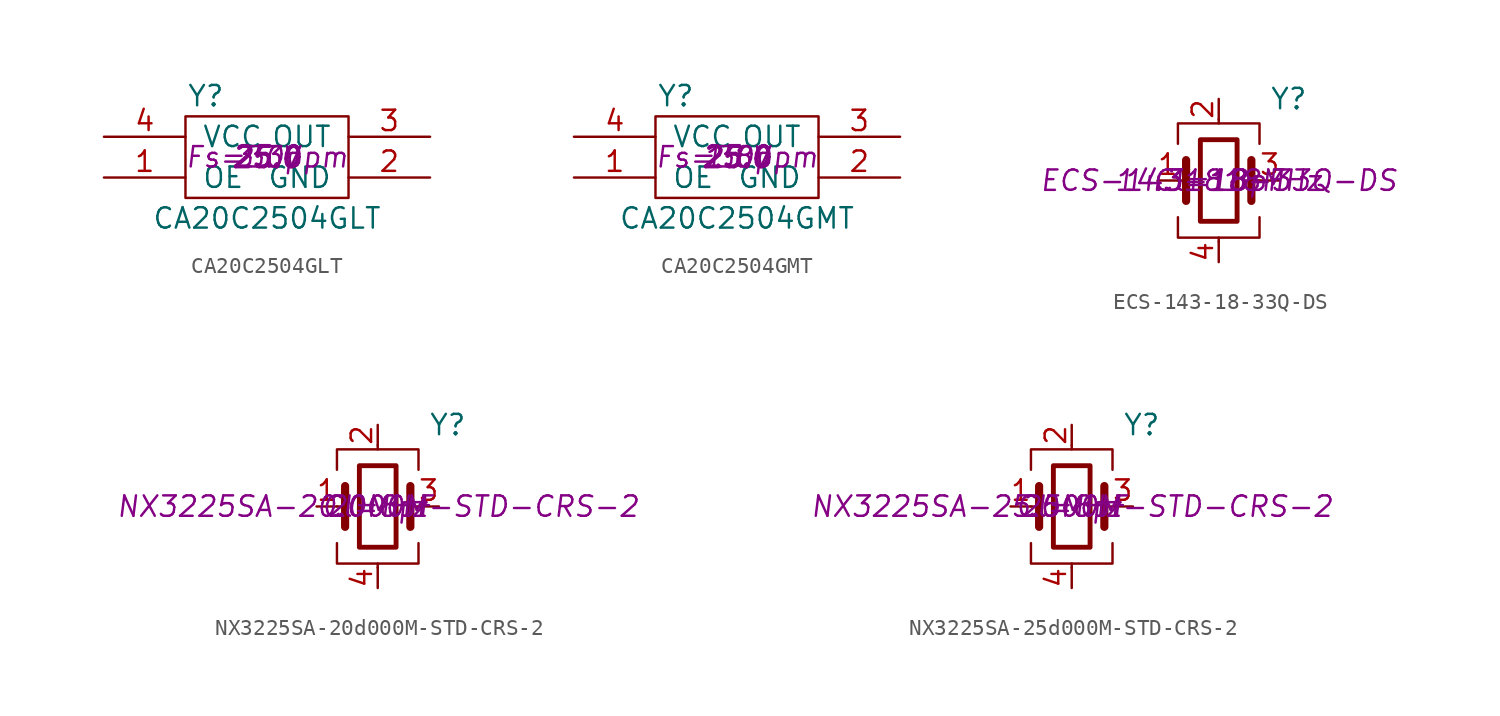
<source format=kicad_sym>
(kicad_symbol_lib
  (version 20211014)
  (generator kicad_symbol_editor)
  (symbol "CA20C2504GLT"
    (pin_names
      (offset 1.016))
    (property "Reference" "Y"
      (at -3.81 3.81 0)
      (effects (font (size 1.27 1.27))))
    (property "Value" "CA20C2504GLT"
      (at 0 -3.81 0)
      (effects (font (size 1.27 1.27))))
    (property "Mark" "25.0"
      (at 0 0 0)
      (effects (font (size 1.27 1.27) bold italic)))
    (property "Fs" "Fs=30ppm"
      (at 0 0 0)
      (effects (font (size 1.27 1.27) italic)))
    (property "Vs" "3.3V"
      (at 0 0 0)
      (effects (font (size 1.27 1.27) italic)))
    (symbol "CA20C2504GLT_0_1"
      (rectangle (start -5.08 2.54) (end 5.08 -2.54) (stroke (width 0) (type default) (color 0 0 0 0)) (fill (type none))))
    (symbol "CA20C2504GLT_1_1"
      (pin input line (at -10.16 -1.27 0) (length 5.08) (name "OE" (effects (font (size 1.27 1.27)))) (number "1" (effects (font (size 1.27 1.27)))))
      (pin power_in line (at 10.16 -1.27 180) (length 5.08) (name "GND" (effects (font (size 1.27 1.27)))) (number "2" (effects (font (size 1.27 1.27)))))
      (pin output line (at 10.16 1.27 180) (length 5.08) (name "OUT" (effects (font (size 1.27 1.27)))) (number "3" (effects (font (size 1.27 1.27)))))
      (pin passive line (at -10.16 1.27 0) (length 5.08) (name "VCC" (effects (font (size 1.27 1.27)))) (number "4" (effects (font (size 1.27 1.27)))))))
  (symbol "CA20C2504GMT"
    (pin_names
      (offset 1.016))
    (property "Reference" "Y"
      (at -3.81 3.81 0)
      (effects (font (size 1.27 1.27))))
    (property "Value" "CA20C2504GMT"
      (at 0 -3.81 0)
      (effects (font (size 1.27 1.27))))
    (property "Mark" "25.0"
      (at 0 0 0)
      (effects (font (size 1.27 1.27) bold italic)))
    (property "Fs" "Fs=30ppm"
      (at 0 0 0)
      (effects (font (size 1.27 1.27) italic)))
    (property "Vs" "1.8V"
      (at 0 0 0)
      (effects (font (size 1.27 1.27) italic)))
    (symbol "CA20C2504GMT_0_1"
      (rectangle (start -5.08 2.54) (end 5.08 -2.54) (stroke (width 0) (type default) (color 0 0 0 0)) (fill (type none))))
    (symbol "CA20C2504GMT_1_1"
      (pin input line (at -10.16 -1.27 0) (length 5.08) (name "OE" (effects (font (size 1.27 1.27)))) (number "1" (effects (font (size 1.27 1.27)))))
      (pin power_in line (at 10.16 -1.27 180) (length 5.08) (name "GND" (effects (font (size 1.27 1.27)))) (number "2" (effects (font (size 1.27 1.27)))))
      (pin output line (at 10.16 1.27 180) (length 5.08) (name "OUT" (effects (font (size 1.27 1.27)))) (number "3" (effects (font (size 1.27 1.27)))))
      (pin passive line (at -10.16 1.27 0) (length 5.08) (name "VCC" (effects (font (size 1.27 1.27)))) (number "4" (effects (font (size 1.27 1.27)))))))
  (symbol "ECS-143-18-33Q-DS"
    (pin_names
      (offset 1.016) hide)
    (property "Reference" "Y"
      (at 3.175 5.08 0)
      (effects (font (size 1.27 1.27)) (justify left)))
    (property "p/n" "ECS-143-18-33Q-DS"
      (at 0 0 0)
      (effects (font (size 1.27 1.27) italic)))
    (property "Freq" "14.31818MHz"
      (at 0 0 0)
      (effects (font (size 1.27 1.27) italic)))
    (property "Cl" "Cl=18pF"
      (at 0 0 0)
      (effects (font (size 1.27 1.27) italic)))
    (symbol "ECS-143-18-33Q-DS_0_1"
      (rectangle (start -1.143 2.54) (end 1.143 -2.54) (stroke (width 0.305) (type default) (color 0 0 0 0)) (fill (type none)))
      (polyline (pts (xy -2.54 0) (xy -2.032 0)) (stroke (width 0) (type default) (color 0 0 0 0)) (fill (type none)))
      (polyline (pts (xy -2.032 -1.27) (xy -2.032 1.27)) (stroke (width 0.508) (type default) (color 0 0 0 0)) (fill (type none)))
      (polyline (pts (xy 0 -3.81) (xy 0 -3.556)) (stroke (width 0) (type default) (color 0 0 0 0)) (fill (type none)))
      (polyline (pts (xy 0 3.556) (xy 0 3.81)) (stroke (width 0) (type default) (color 0 0 0 0)) (fill (type none)))
      (polyline (pts (xy 2.032 -1.27) (xy 2.032 1.27)) (stroke (width 0.508) (type default) (color 0 0 0 0)) (fill (type none)))
      (polyline (pts (xy 2.032 0) (xy 2.54 0)) (stroke (width 0) (type default) (color 0 0 0 0)) (fill (type none)))
      (polyline (pts (xy -2.54 -2.286) (xy -2.54 -3.556) (xy 2.54 -3.556) (xy 2.54 -2.286)) (stroke (width 0) (type default) (color 0 0 0 0)) (fill (type none)))
      (polyline (pts (xy -2.54 2.286) (xy -2.54 3.556) (xy 2.54 3.556) (xy 2.54 2.286)) (stroke (width 0) (type default) (color 0 0 0 0)) (fill (type none))))
    (symbol "ECS-143-18-33Q-DS_1_1"
      (pin passive line (at -3.81 0 0) (length 1.27) (name "1" (effects (font (size 1.27 1.27)))) (number "1" (effects (font (size 1.27 1.27)))))
      (pin passive line (at 0 5.08 270) (length 1.27) (name "2" (effects (font (size 1.27 1.27)))) (number "2" (effects (font (size 1.27 1.27)))))
      (pin passive line (at 3.81 0 180) (length 1.27) (name "3" (effects (font (size 1.27 1.27)))) (number "3" (effects (font (size 1.27 1.27)))))
      (pin passive line (at 0 -5.08 90) (length 1.27) (name "4" (effects (font (size 1.27 1.27)))) (number "4" (effects (font (size 1.27 1.27)))))))
  (symbol "NX3225SA-20d000M-STD-CRS-2"
    (pin_names
      (offset 1.016) hide)
    (property "Reference" "Y"
      (at 3.175 5.08 0)
      (effects (font (size 1.27 1.27)) (justify left)))
    (property "p/n" "NX3225SA-20.000M-STD-CRS-2"
      (at 0 0 0)
      (effects (font (size 1.27 1.27) italic)))
    (property "Freq" "20MHz"
      (at 0 0 0)
      (effects (font (size 1.27 1.27) italic)))
    (property "Cl" "Cl=8pF"
      (at 0 0 0)
      (effects (font (size 1.27 1.27) italic)))
    (symbol "NX3225SA-20d000M-STD-CRS-2_0_1"
      (rectangle (start -1.143 2.54) (end 1.143 -2.54) (stroke (width 0.305) (type default) (color 0 0 0 0)) (fill (type none)))
      (polyline (pts (xy -2.54 0) (xy -2.032 0)) (stroke (width 0) (type default) (color 0 0 0 0)) (fill (type none)))
      (polyline (pts (xy -2.032 -1.27) (xy -2.032 1.27)) (stroke (width 0.508) (type default) (color 0 0 0 0)) (fill (type none)))
      (polyline (pts (xy 0 -3.81) (xy 0 -3.556)) (stroke (width 0) (type default) (color 0 0 0 0)) (fill (type none)))
      (polyline (pts (xy 0 3.556) (xy 0 3.81)) (stroke (width 0) (type default) (color 0 0 0 0)) (fill (type none)))
      (polyline (pts (xy 2.032 -1.27) (xy 2.032 1.27)) (stroke (width 0.508) (type default) (color 0 0 0 0)) (fill (type none)))
      (polyline (pts (xy 2.032 0) (xy 2.54 0)) (stroke (width 0) (type default) (color 0 0 0 0)) (fill (type none)))
      (polyline (pts (xy -2.54 -2.286) (xy -2.54 -3.556) (xy 2.54 -3.556) (xy 2.54 -2.286)) (stroke (width 0) (type default) (color 0 0 0 0)) (fill (type none)))
      (polyline (pts (xy -2.54 2.286) (xy -2.54 3.556) (xy 2.54 3.556) (xy 2.54 2.286)) (stroke (width 0) (type default) (color 0 0 0 0)) (fill (type none))))
    (symbol "NX3225SA-20d000M-STD-CRS-2_1_1"
      (pin passive line (at -3.81 0 0) (length 1.27) (name "1" (effects (font (size 1.27 1.27)))) (number "1" (effects (font (size 1.27 1.27)))))
      (pin passive line (at 0 5.08 270) (length 1.27) (name "2" (effects (font (size 1.27 1.27)))) (number "2" (effects (font (size 1.27 1.27)))))
      (pin passive line (at 3.81 0 180) (length 1.27) (name "3" (effects (font (size 1.27 1.27)))) (number "3" (effects (font (size 1.27 1.27)))))
      (pin passive line (at 0 -5.08 90) (length 1.27) (name "4" (effects (font (size 1.27 1.27)))) (number "4" (effects (font (size 1.27 1.27)))))))
  (symbol "NX3225SA-25d000M-STD-CRS-2"
    (pin_names
      (offset 1.016) hide)
    (property "Reference" "Y"
      (at 3.175 5.08 0)
      (effects (font (size 1.27 1.27)) (justify left)))
    (property "p/n" "NX3225SA-25.000M-STD-CRS-2"
      (at 0 0 0)
      (effects (font (size 1.27 1.27) italic)))
    (property "Freq" "25MHz"
      (at 0 0 0)
      (effects (font (size 1.27 1.27) italic)))
    (property "Cl" "Cl=8pF"
      (at 0 0 0)
      (effects (font (size 1.27 1.27) italic)))
    (symbol "NX3225SA-25d000M-STD-CRS-2_0_1"
      (rectangle (start -1.143 2.54) (end 1.143 -2.54) (stroke (width 0.305) (type default) (color 0 0 0 0)) (fill (type none)))
      (polyline (pts (xy -2.54 0) (xy -2.032 0)) (stroke (width 0) (type default) (color 0 0 0 0)) (fill (type none)))
      (polyline (pts (xy -2.032 -1.27) (xy -2.032 1.27)) (stroke (width 0.508) (type default) (color 0 0 0 0)) (fill (type none)))
      (polyline (pts (xy 0 -3.81) (xy 0 -3.556)) (stroke (width 0) (type default) (color 0 0 0 0)) (fill (type none)))
      (polyline (pts (xy 0 3.556) (xy 0 3.81)) (stroke (width 0) (type default) (color 0 0 0 0)) (fill (type none)))
      (polyline (pts (xy 2.032 -1.27) (xy 2.032 1.27)) (stroke (width 0.508) (type default) (color 0 0 0 0)) (fill (type none)))
      (polyline (pts (xy 2.032 0) (xy 2.54 0)) (stroke (width 0) (type default) (color 0 0 0 0)) (fill (type none)))
      (polyline (pts (xy -2.54 -2.286) (xy -2.54 -3.556) (xy 2.54 -3.556) (xy 2.54 -2.286)) (stroke (width 0) (type default) (color 0 0 0 0)) (fill (type none)))
      (polyline (pts (xy -2.54 2.286) (xy -2.54 3.556) (xy 2.54 3.556) (xy 2.54 2.286)) (stroke (width 0) (type default) (color 0 0 0 0)) (fill (type none))))
    (symbol "NX3225SA-25d000M-STD-CRS-2_1_1"
      (pin passive line (at -3.81 0 0) (length 1.27) (name "1" (effects (font (size 1.27 1.27)))) (number "1" (effects (font (size 1.27 1.27)))))
      (pin passive line (at 0 5.08 270) (length 1.27) (name "2" (effects (font (size 1.27 1.27)))) (number "2" (effects (font (size 1.27 1.27)))))
      (pin passive line (at 3.81 0 180) (length 1.27) (name "3" (effects (font (size 1.27 1.27)))) (number "3" (effects (font (size 1.27 1.27)))))
      (pin passive line (at 0 -5.08 90) (length 1.27) (name "4" (effects (font (size 1.27 1.27)))) (number "4" (effects (font (size 1.27 1.27))))))))
</source>
